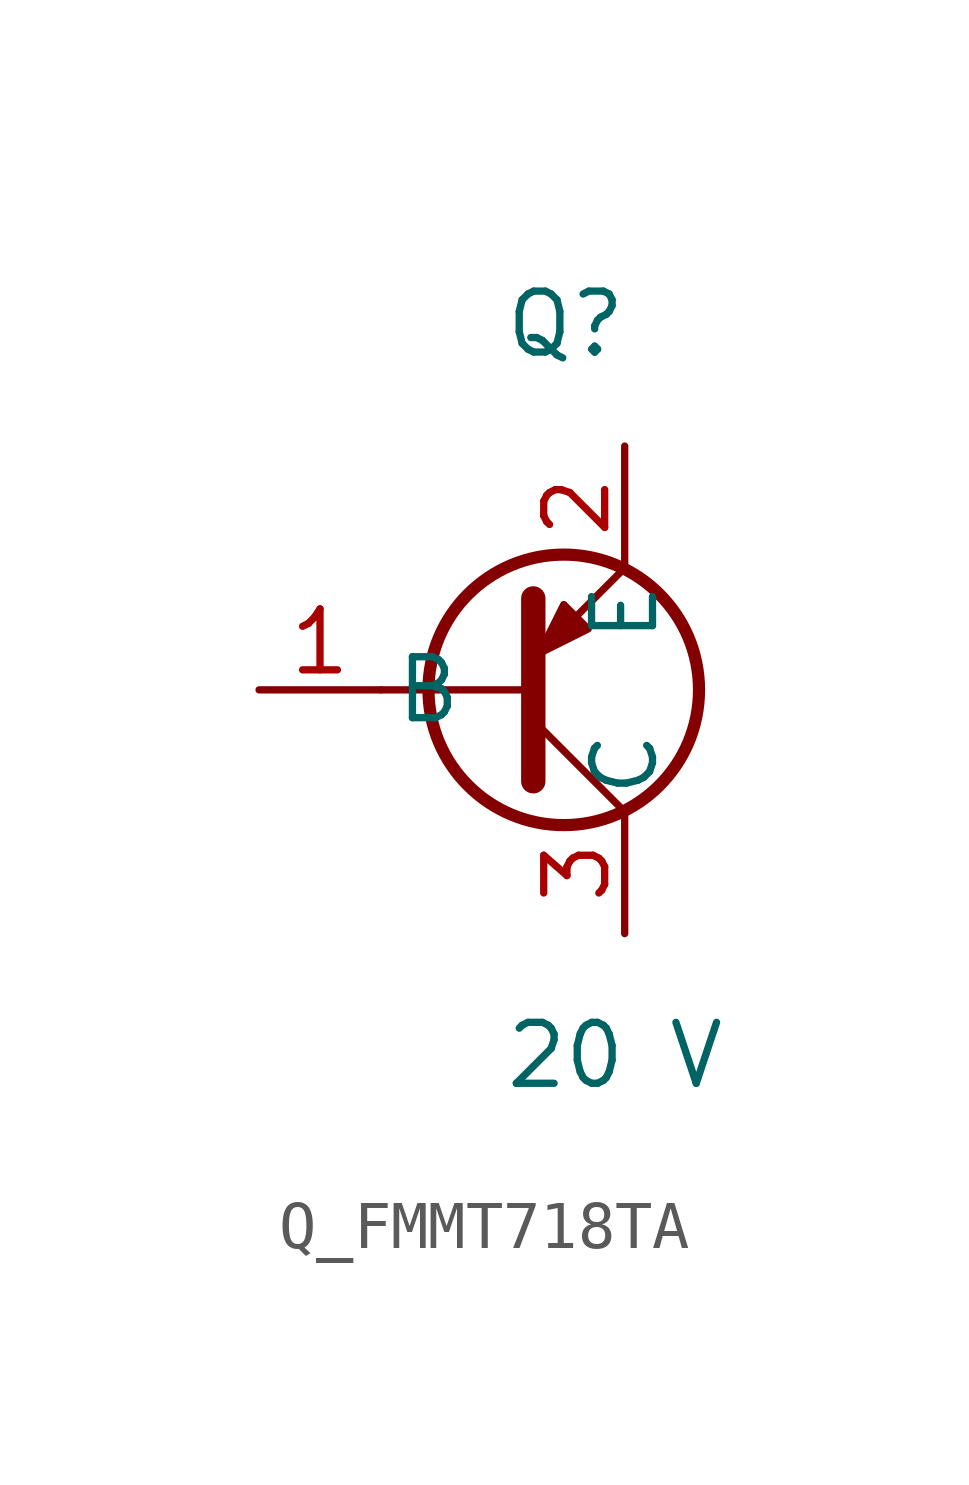
<source format=kicad_sym>
(kicad_symbol_lib
  (version 20231120)
  (generator kicad_symbol_editor)
  (generator_version 8.0)
  (symbol "Q_FMMT718TA"
    (pin_names
      (offset 0.254))
    (property "Reference" "Q"
      (at 0 7.62 0)
      (effects (font (size 1.27 1.27)) (justify left)))
    (property "Value" "20 V"
      (at 0 -7.62 0)
      (effects (font (size 1.27 1.27)) (justify left)))
    (symbol "Q_FMMT718TA_1_0"
      (polyline (pts (xy -2.54 0) (xy 0.635 0)) (stroke (width 0) (type default)) (fill (type none)))
      (polyline (pts (xy 0.635 1.905) (xy 0.635 -1.905)) (stroke (width 0.508) (type default)) (fill (type none)))
      (polyline (pts (xy 0.635 0.635) (xy 2.54 2.54)) (stroke (width 0) (type default)) (fill (type none)))
      (polyline (pts (xy 0.635 -0.635) (xy 2.54 -2.54)) (stroke (width 0) (type default)) (fill (type none)))
      (polyline (pts (xy 1.27 1.778) (xy 1.778 1.27) (xy 0.762 0.762) (xy 1.27 1.778)) (stroke (width 0) (type default)) (fill (type outline)))
      (circle (center 1.27 0) (radius 2.819) (stroke (width 0.254) (type default)) (fill (type none)))
      (pin unspecified line (at -5.08 0 0) (length 2.54) (name "B" (effects (font (size 1.27 1.27)))) (number "1" (effects (font (size 1.27 1.27)))))
      (pin unspecified line (at 2.54 5.08 270) (length 2.54) (name "E" (effects (font (size 1.27 1.27)))) (number "2" (effects (font (size 1.27 1.27)))))
      (pin unspecified line (at 2.54 -5.08 90) (length 2.54) (name "C" (effects (font (size 1.27 1.27)))) (number "3" (effects (font (size 1.27 1.27))))))))
</source>
